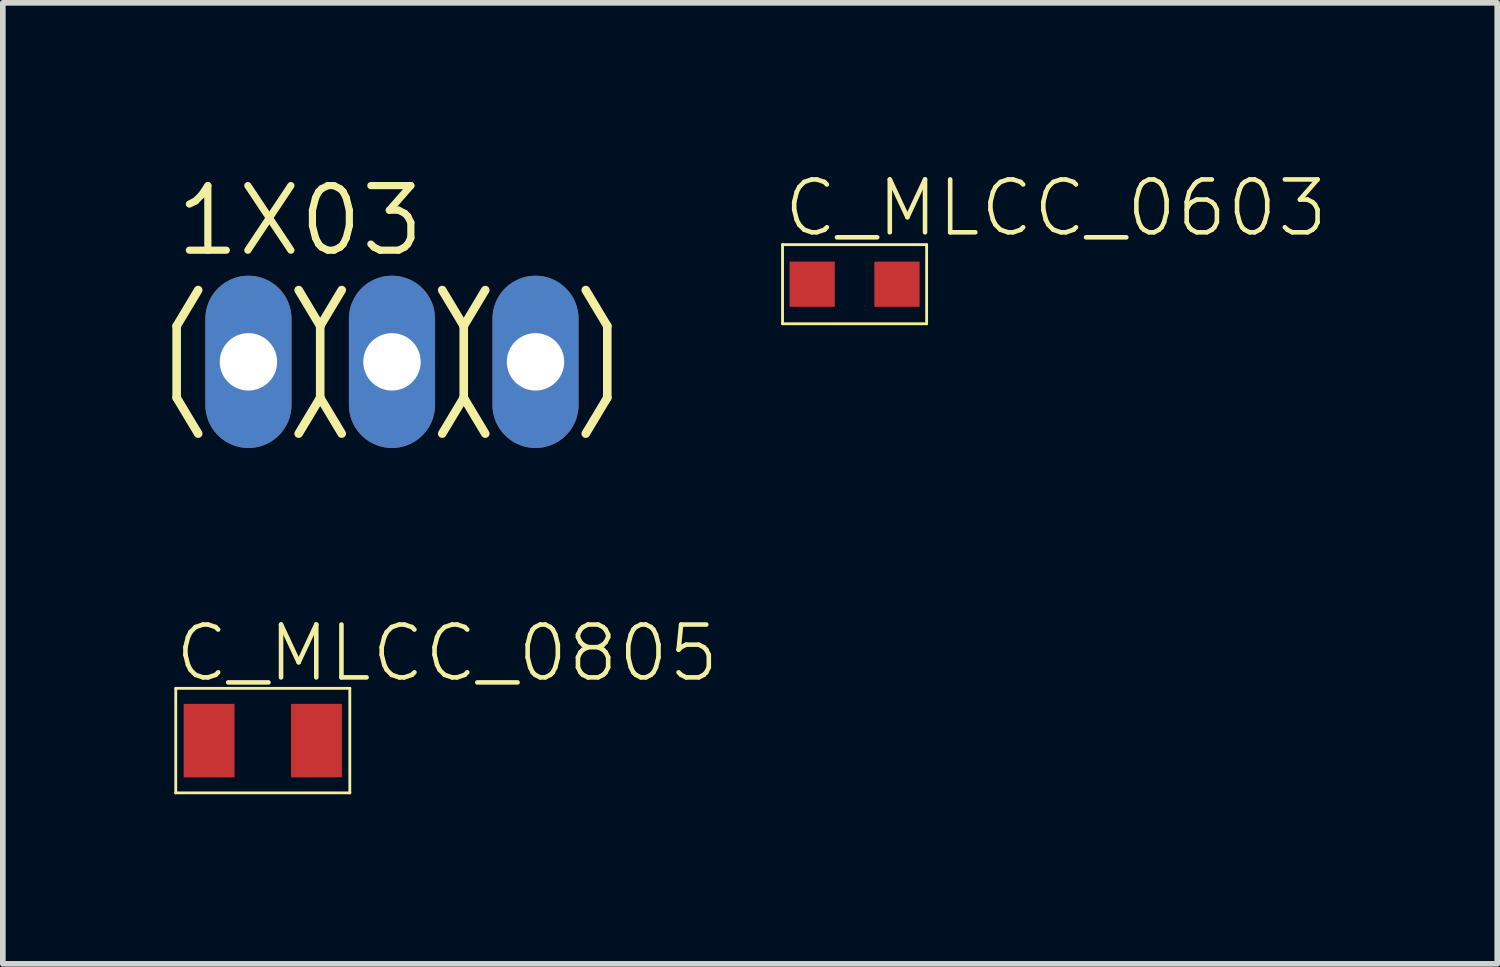
<source format=kicad_pcb>
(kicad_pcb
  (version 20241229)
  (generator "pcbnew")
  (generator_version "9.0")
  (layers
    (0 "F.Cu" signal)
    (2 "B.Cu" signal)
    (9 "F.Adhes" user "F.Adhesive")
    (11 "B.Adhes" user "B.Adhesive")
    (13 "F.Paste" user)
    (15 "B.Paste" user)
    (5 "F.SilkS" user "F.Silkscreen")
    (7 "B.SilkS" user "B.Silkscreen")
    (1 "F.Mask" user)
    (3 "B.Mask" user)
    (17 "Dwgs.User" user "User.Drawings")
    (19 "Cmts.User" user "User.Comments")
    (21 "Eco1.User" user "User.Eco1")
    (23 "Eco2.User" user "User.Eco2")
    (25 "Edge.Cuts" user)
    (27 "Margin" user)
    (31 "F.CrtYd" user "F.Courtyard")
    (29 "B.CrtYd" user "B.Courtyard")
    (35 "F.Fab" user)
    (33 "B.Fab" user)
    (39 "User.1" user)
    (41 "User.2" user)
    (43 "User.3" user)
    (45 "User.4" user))
  (footprint "C_MLCC_0603"
    (layer "F.Cu")
    (at 12.072 1.979)
    (property "Reference" "C_MLCC_0603" (at -1.3 -0.8 0) (layer "F.SilkS") (effects (font (size 0.935 0.935) (thickness 0.081)) (justify left bottom)))
    (fp_line (start -1.275 -0.7) (end -1.275 0.7) (stroke (width 0.05) (type solid)) (layer "F.SilkS"))
    (fp_line (start -1.275 0.7) (end 1.275 0.7) (stroke (width 0.05) (type solid)) (layer "F.SilkS"))
    (fp_line (start 1.275 -0.7) (end -1.275 -0.7) (stroke (width 0.05) (type solid)) (layer "F.SilkS"))
    (fp_line (start 1.275 0.7) (end 1.275 -0.7) (stroke (width 0.05) (type solid)) (layer "F.SilkS"))
    (pad "P$1" smd rect (at -0.75 0) (size 0.8 0.8) (layers "F.Cu" "F.Mask" "F.Paste"))
    (pad "P$2" smd rect (at 0.75 0) (size 0.8 0.8) (layers "F.Cu" "F.Mask" "F.Paste")))
  (footprint "C_MLCC_0805"
    (layer "F.Cu")
    (at 1.6 10.055)
    (property "Reference" "C_MLCC_0805" (at -1.6 -1 0) (layer "F.SilkS") (effects (font (size 0.935 0.935) (thickness 0.081)) (justify left bottom)))
    (fp_line (start -1.54 -0.925) (end 1.54 -0.925) (stroke (width 0.05) (type solid)) (layer "F.SilkS"))
    (fp_line (start -1.54 0.925) (end -1.54 -0.925) (stroke (width 0.05) (type solid)) (layer "F.SilkS"))
    (fp_line (start 1.54 -0.925) (end 1.54 0.925) (stroke (width 0.05) (type solid)) (layer "F.SilkS"))
    (fp_line (start 1.54 0.925) (end -1.54 0.925) (stroke (width 0.05) (type solid)) (layer "F.SilkS"))
    (pad "P$1" smd rect (at -0.95 0) (size 0.9 1.3) (layers "F.Cu" "F.Mask" "F.Paste"))
    (pad "P$2" smd rect (at 0.95 0) (size 0.9 1.3) (layers "F.Cu" "F.Mask" "F.Paste")))
  (footprint "1X03"
    (layer "F.Cu")
    (at 3.886 3.353)
    (property "Reference" "1X03" (at -3.886 -1.829 0) (layer "F.SilkS") (effects (font (size 1.143 1.143) (thickness 0.127)) (justify left bottom)))
    (fp_line (start -3.81 -0.635) (end -3.81 0.635) (stroke (width 0.152) (type solid)) (layer "F.SilkS"))
    (fp_line (start -3.81 0.635) (end -3.429 1.27) (stroke (width 0.152) (type solid)) (layer "F.SilkS"))
    (fp_line (start -3.429 -1.27) (end -3.81 -0.635) (stroke (width 0.152) (type solid)) (layer "F.SilkS"))
    (fp_line (start -1.651 -1.27) (end -1.27 -0.635) (stroke (width 0.152) (type solid)) (layer "F.SilkS"))
    (fp_line (start -1.27 -0.635) (end -1.27 0.635) (stroke (width 0.152) (type solid)) (layer "F.SilkS"))
    (fp_line (start -1.27 -0.635) (end -0.889 -1.27) (stroke (width 0.152) (type solid)) (layer "F.SilkS"))
    (fp_line (start -1.27 0.635) (end -1.651 1.27) (stroke (width 0.152) (type solid)) (layer "F.SilkS"))
    (fp_line (start -0.889 1.27) (end -1.27 0.635) (stroke (width 0.152) (type solid)) (layer "F.SilkS"))
    (fp_line (start 0.889 -1.27) (end 1.27 -0.635) (stroke (width 0.152) (type solid)) (layer "F.SilkS"))
    (fp_line (start 1.27 -0.635) (end 1.27 0.635) (stroke (width 0.152) (type solid)) (layer "F.SilkS"))
    (fp_line (start 1.27 -0.635) (end 1.651 -1.27) (stroke (width 0.152) (type solid)) (layer "F.SilkS"))
    (fp_line (start 1.27 0.635) (end 0.889 1.27) (stroke (width 0.152) (type solid)) (layer "F.SilkS"))
    (fp_line (start 1.651 1.27) (end 1.27 0.635) (stroke (width 0.152) (type solid)) (layer "F.SilkS"))
    (fp_line (start 3.429 -1.27) (end 3.81 -0.635) (stroke (width 0.152) (type solid)) (layer "F.SilkS"))
    (fp_line (start 3.81 -0.635) (end 3.81 0.635) (stroke (width 0.152) (type solid)) (layer "F.SilkS"))
    (fp_line (start 3.81 0.635) (end 3.429 1.27) (stroke (width 0.152) (type solid)) (layer "F.SilkS"))
    (fp_poly (pts (xy -2.794 0.254) (xy -2.286 0.254) (xy -2.286 -0.254) (xy -2.794 -0.254)) (stroke (width 0.1) (type solid)) (fill no) (layer "F.Fab"))
    (fp_poly (pts (xy -0.254 0.254) (xy 0.254 0.254) (xy 0.254 -0.254) (xy -0.254 -0.254)) (stroke (width 0.1) (type solid)) (fill no) (layer "F.Fab"))
    (fp_poly (pts (xy 2.286 0.254) (xy 2.794 0.254) (xy 2.794 -0.254) (xy 2.286 -0.254)) (stroke (width 0.1) (type solid)) (fill no) (layer "F.Fab"))
    (pad "1" thru_hole oval (at -2.54 0 90) (size 3.048 1.524) (drill 1.016) (layers "*.Cu" "*.Mask"))
    (pad "2" thru_hole oval (at 0 0 90) (size 3.048 1.524) (drill 1.016) (layers "*.Cu" "*.Mask"))
    (pad "3" thru_hole oval (at 2.54 0 90) (size 3.048 1.524) (drill 1.016) (layers "*.Cu" "*.Mask")))
  (gr_rect
    (start -3 -3)
    (end 23.444 14.005)
    (stroke (width 0.1) (type default))
    (fill no)
    (layer "Edge.Cuts")))
</source>
